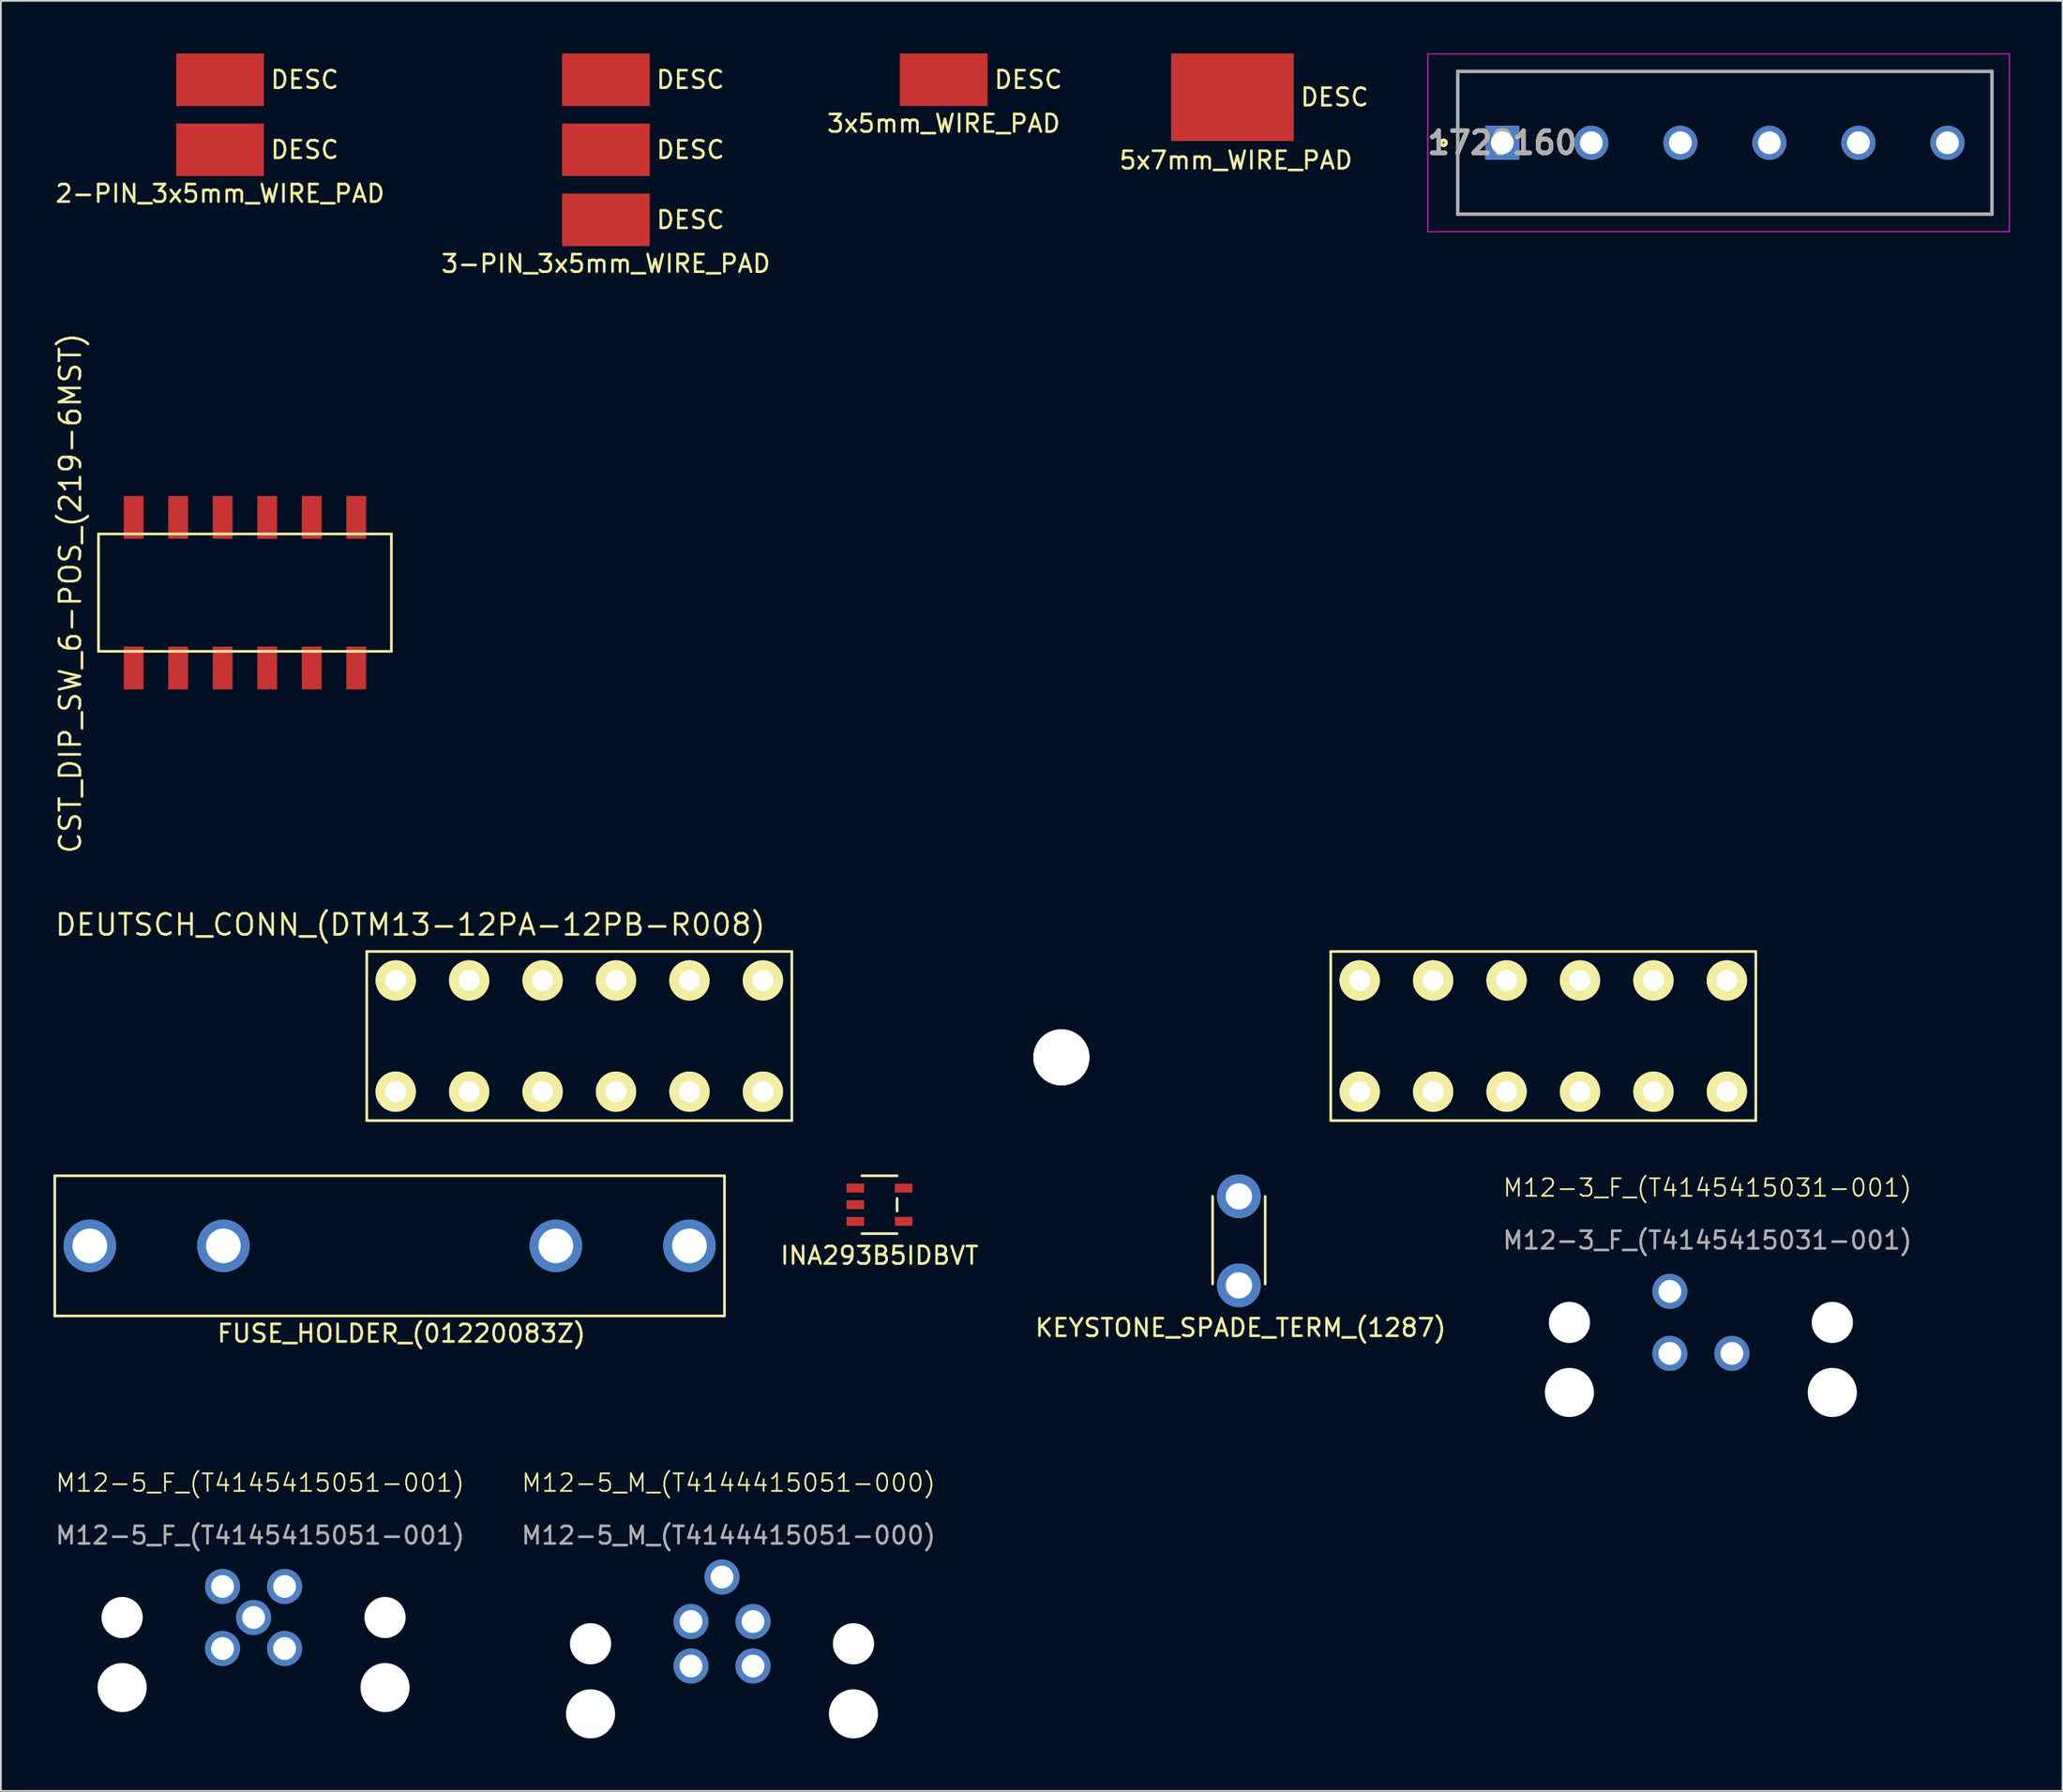
<source format=kicad_pcb>
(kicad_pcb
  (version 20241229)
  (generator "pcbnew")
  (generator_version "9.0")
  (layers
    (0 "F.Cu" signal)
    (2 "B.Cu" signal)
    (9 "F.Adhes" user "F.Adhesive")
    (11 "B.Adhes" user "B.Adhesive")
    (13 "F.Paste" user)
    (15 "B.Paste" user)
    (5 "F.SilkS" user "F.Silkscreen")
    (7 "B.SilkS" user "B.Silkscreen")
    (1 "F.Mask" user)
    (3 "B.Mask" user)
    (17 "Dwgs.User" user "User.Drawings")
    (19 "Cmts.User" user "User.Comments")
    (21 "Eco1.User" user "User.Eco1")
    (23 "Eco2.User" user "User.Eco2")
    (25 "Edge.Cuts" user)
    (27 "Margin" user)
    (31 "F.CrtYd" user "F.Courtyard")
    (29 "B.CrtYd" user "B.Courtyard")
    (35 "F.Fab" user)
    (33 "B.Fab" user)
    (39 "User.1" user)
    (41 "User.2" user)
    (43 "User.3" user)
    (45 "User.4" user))
  (footprint "CST_DIP_SW_6-POS_(219-6MST)"
    (layer "F.Cu")
    (at 10.925 30.78)
    (property "Reference" "CST_DIP_SW_6-POS_(219-6MST)" (at -9.96 0.03 90) (layer "F.SilkS") (effects (font (size 1.2 1.2) (thickness 0.15))))
    (attr through_hole)
    (fp_line (start -8.355 -3.35) (end -8.355 3.35) (stroke (width 0.15) (type solid)) (layer "F.SilkS"))
    (fp_line (start -8.355 3.35) (end 8.355 3.35) (stroke (width 0.15) (type solid)) (layer "F.SilkS"))
    (fp_line (start 8.355 -3.35) (end -8.355 -3.35) (stroke (width 0.15) (type solid)) (layer "F.SilkS"))
    (fp_line (start 8.355 3.35) (end 8.355 -3.35) (stroke (width 0.15) (type solid)) (layer "F.SilkS"))
    (pad "1" smd rect (at -6.35 4.3) (size 1.13 2.44) (layers "F.Cu" "F.Mask" "F.Paste"))
    (pad "2" smd rect (at -3.81 4.3) (size 1.13 2.44) (layers "F.Cu" "F.Mask" "F.Paste"))
    (pad "3" smd rect (at -1.27 4.3) (size 1.13 2.44) (layers "F.Cu" "F.Mask" "F.Paste"))
    (pad "4" smd rect (at 1.27 4.3) (size 1.13 2.44) (layers "F.Cu" "F.Mask" "F.Paste"))
    (pad "5" smd rect (at 3.81 4.3) (size 1.13 2.44) (layers "F.Cu" "F.Mask" "F.Paste"))
    (pad "6" smd rect (at 6.35 4.3) (size 1.13 2.44) (layers "F.Cu" "F.Mask" "F.Paste"))
    (pad "7" smd rect (at 6.35 -4.3) (size 1.13 2.44) (layers "F.Cu" "F.Mask" "F.Paste"))
    (pad "8" smd rect (at 3.81 -4.3) (size 1.13 2.44) (layers "F.Cu" "F.Mask" "F.Paste"))
    (pad "9" smd rect (at 1.27 -4.3) (size 1.13 2.44) (layers "F.Cu" "F.Mask" "F.Paste"))
    (pad "10" smd rect (at -1.27 -4.3) (size 1.13 2.44) (layers "F.Cu" "F.Mask" "F.Paste"))
    (pad "11" smd rect (at -3.81 -4.3) (size 1.13 2.44) (layers "F.Cu" "F.Mask" "F.Paste"))
    (pad "12" smd rect (at -6.35 -4.3) (size 1.13 2.44) (layers "F.Cu" "F.Mask" "F.Paste")))
  (footprint "1729160"
    (layer "F.Cu")
    (at 82.661 5.1)
    (property "Reference" "1729160" (at 0 0 0) (layer "F.SilkS") (effects (font (size 1.27 1.27) (thickness 0.254))))
    (attr through_hole)
    (fp_line (start -2.54 -4.075) (end 27.94 -4.075) (stroke (width 0.1) (type solid)) (layer "F.SilkS"))
    (fp_line (start -2.54 4.075) (end -2.54 -4.075) (stroke (width 0.1) (type solid)) (layer "F.SilkS"))
    (fp_line (start 27.94 -4.075) (end 27.94 4.075) (stroke (width 0.1) (type solid)) (layer "F.SilkS"))
    (fp_line (start 27.94 4.075) (end -2.54 4.075) (stroke (width 0.1) (type solid)) (layer "F.SilkS"))
    (fp_circle (center -3.35 0) (end -3.35 0.05) (stroke (width 0.2) (type solid)) (fill no) (layer "F.SilkS"))
    (fp_line (start -4.25 -5.075) (end 28.94 -5.075) (stroke (width 0.05) (type solid)) (layer "F.CrtYd"))
    (fp_line (start -4.25 5.075) (end -4.25 -5.075) (stroke (width 0.05) (type solid)) (layer "F.CrtYd"))
    (fp_line (start 28.94 -5.075) (end 28.94 5.075) (stroke (width 0.05) (type solid)) (layer "F.CrtYd"))
    (fp_line (start 28.94 5.075) (end -4.25 5.075) (stroke (width 0.05) (type solid)) (layer "F.CrtYd"))
    (fp_line (start -2.54 -4.075) (end 27.94 -4.075) (stroke (width 0.2) (type solid)) (layer "F.Fab"))
    (fp_line (start -2.54 4.075) (end -2.54 -4.075) (stroke (width 0.2) (type solid)) (layer "F.Fab"))
    (fp_line (start 27.94 -4.075) (end 27.94 4.075) (stroke (width 0.2) (type solid)) (layer "F.Fab"))
    (fp_line (start 27.94 4.075) (end -2.54 4.075) (stroke (width 0.2) (type solid)) (layer "F.Fab"))
    (fp_text user "${REFERENCE}" (at 0 0 0) (layer "F.Fab") (effects (font (size 1.27 1.27) (thickness 0.254))))
    (pad "1" thru_hole rect (at 0 0) (size 1.95 1.95) (drill 1.3) (layers "*.Cu" "*.Mask"))
    (pad "2" thru_hole circle (at 5.08 0) (size 1.95 1.95) (drill 1.3) (layers "*.Cu" "*.Mask"))
    (pad "3" thru_hole circle (at 10.16 0) (size 1.95 1.95) (drill 1.3) (layers "*.Cu" "*.Mask"))
    (pad "4" thru_hole circle (at 15.24 0) (size 1.95 1.95) (drill 1.3) (layers "*.Cu" "*.Mask"))
    (pad "5" thru_hole circle (at 20.32 0) (size 1.95 1.95) (drill 1.3) (layers "*.Cu" "*.Mask"))
    (pad "6" thru_hole circle (at 25.4 0) (size 1.95 1.95) (drill 1.3) (layers "*.Cu" "*.Mask")))
  (footprint "M12-5_M_(T4144415051-000)"
    (layer "F.Cu")
    (at 30.644 94.777)
    (property "Reference" "M12-5_M_(T4144415051-000)" (at 7.874 -13.184 0) (unlocked yes) (layer "F.SilkS") (effects (font (size 1 1) (thickness 0.1))))
    (attr through_hole)
    (fp_text user "${REFERENCE}" (at 7.874 -10.184 0) (unlocked yes) (layer "F.Fab") (effects (font (size 1 1) (thickness 0.15))))
    (pad "" np_thru_hole circle (at 0 -4) (size 2.35 2.35) (drill 2.35) (layers "*.Cu" "*.Mask"))
    (pad "" np_thru_hole circle (at 0 0) (size 2.8 2.8) (drill 2.8) (layers "*.Cu" "*.Mask"))
    (pad "" np_thru_hole circle (at 15 -4) (size 2.35 2.35) (drill 2.35) (layers "*.Cu" "*.Mask"))
    (pad "" np_thru_hole circle (at 15 0) (size 2.8 2.8) (drill 2.8) (layers "*.Cu" "*.Mask"))
    (pad "1" thru_hole circle (at 5.73 -5.27) (size 2 2) (drill 1.3) (layers "*.Cu" "*.Mask"))
    (pad "2" thru_hole circle (at 9.27 -5.27) (size 2 2) (drill 1.3) (layers "*.Cu" "*.Mask"))
    (pad "3" thru_hole circle (at 9.27 -2.73) (size 2 2) (drill 1.3) (layers "*.Cu" "*.Mask"))
    (pad "4" thru_hole circle (at 5.73 -2.73) (size 2 2) (drill 1.3) (layers "*.Cu" "*.Mask"))
    (pad "5" thru_hole circle (at 7.5 -7.81) (size 2 2) (drill 1.3) (layers "*.Cu" "*.Mask")))
  (footprint "2-PIN_3x5mm_WIRE_PAD"
    (layer "F.Cu")
    (at 9.506 7.5)
    (property "Reference" "2-PIN_3x5mm_WIRE_PAD" (at 0 0.5 0) (layer "F.SilkS") (effects (font (size 1 1) (thickness 0.15))))
    (attr through_hole)
    (fp_text user "DESC" (at 2.8 -6 0) (layer "F.SilkS") (effects (font (size 1 1) (thickness 0.15)) (justify left)))
    (fp_text user "DESC" (at 2.8 -2 0) (layer "F.SilkS") (effects (font (size 1 1) (thickness 0.15)) (justify left)))
    (pad "1" smd rect (at 0 -6) (size 5 3) (layers "F.Cu" "F.Mask" "F.Paste"))
    (pad "2" smd rect (at 0 -2) (size 5 3) (layers "F.Cu" "F.Mask" "F.Paste")))
  (footprint "3x5mm_WIRE_PAD"
    (layer "F.Cu")
    (at 50.792 3.5)
    (property "Reference" "3x5mm_WIRE_PAD" (at 0 0.5 0) (layer "F.SilkS") (effects (font (size 1 1) (thickness 0.15))))
    (attr through_hole)
    (fp_text user "DESC" (at 2.8 -2 0) (layer "F.SilkS") (effects (font (size 1 1) (thickness 0.15)) (justify left)))
    (pad "1" smd rect (at 0 -2) (size 5 3) (layers "F.Cu" "F.Mask" "F.Paste")))
  (footprint "M12-5_F_(T4145415051-001)"
    (layer "F.Cu")
    (at 3.918 93.277)
    (property "Reference" "M12-5_F_(T4145415051-001)" (at 7.874 -11.684 0) (unlocked yes) (layer "F.SilkS") (effects (font (size 1 1) (thickness 0.1))))
    (attr through_hole)
    (fp_text user "${REFERENCE}" (at 7.874 -8.684 0) (unlocked yes) (layer "F.Fab") (effects (font (size 1 1) (thickness 0.15))))
    (pad "" np_thru_hole circle (at 0 -4) (size 2.35 2.35) (drill 2.35) (layers "*.Cu" "*.Mask"))
    (pad "" np_thru_hole circle (at 0 0) (size 2.8 2.8) (drill 2.8) (layers "*.Cu" "*.Mask"))
    (pad "" np_thru_hole circle (at 15 -4) (size 2.35 2.35) (drill 2.35) (layers "*.Cu" "*.Mask"))
    (pad "" np_thru_hole circle (at 15 0) (size 2.8 2.8) (drill 2.8) (layers "*.Cu" "*.Mask"))
    (pad "1" thru_hole circle (at 5.73 -5.77) (size 2 2) (drill 1.3) (layers "*.Cu" "*.Mask"))
    (pad "2" thru_hole circle (at 9.27 -5.77) (size 2 2) (drill 1.3) (layers "*.Cu" "*.Mask"))
    (pad "3" thru_hole circle (at 9.27 -2.23) (size 2 2) (drill 1.3) (layers "*.Cu" "*.Mask"))
    (pad "4" thru_hole circle (at 5.73 -2.23) (size 2 2) (drill 1.3) (layers "*.Cu" "*.Mask"))
    (pad "5" thru_hole circle (at 7.5 -4) (size 2 2) (drill 1.3) (layers "*.Cu" "*.Mask")))
  (footprint "KEYSTONE_SPADE_TERM_(1287)"
    (layer "F.Cu")
    (at 67.635 65.238)
    (property "Reference" "KEYSTONE_SPADE_TERM_(1287)" (at 0.1 7.5 180) (layer "F.SilkS") (effects (font (size 1 1) (thickness 0.15))))
    (attr through_hole)
    (fp_line (start -1.5 0) (end -1.5 5) (stroke (width 0.15) (type solid)) (layer "F.SilkS"))
    (fp_line (start 1.5 0) (end 1.5 5) (stroke (width 0.15) (type solid)) (layer "F.SilkS"))
    (pad "1" thru_hole circle (at 0 0) (size 2.5 2.5) (drill 1.5) (layers "*.Cu" "*.Mask"))
    (pad "1" thru_hole circle (at 0 5.08) (size 2.5 2.5) (drill 1.5) (layers "*.Cu" "*.Mask")))
  (footprint "INA293B5IDBVT"
    (layer "F.Cu")
    (at 47.128 65.715)
    (property "Reference" "INA293B5IDBVT" (at 0 2.9 0) (layer "F.SilkS") (effects (font (size 1 1) (thickness 0.15))))
    (attr through_hole)
    (fp_line (start -1.003 1.651) (end 1.003 1.651) (stroke (width 0.152) (type solid)) (layer "F.SilkS"))
    (fp_line (start 1.003 -1.651) (end -1.003 -1.651) (stroke (width 0.152) (type solid)) (layer "F.SilkS"))
    (fp_line (start 1.003 0.363) (end 1.003 -0.363) (stroke (width 0.152) (type solid)) (layer "F.SilkS"))
    (fp_text user "Copyright 2016 Accelerated Designs. All rights reserved." (at 0 0 0) (layer "Cmts.User") (effects (font (size 0.127 0.127) (thickness 0.002))))
    (pad "1" smd rect (at -1.378 -0.95) (size 1.003 0.508) (layers "F.Cu" "F.Mask" "F.Paste"))
    (pad "2" smd rect (at -1.378 0) (size 1.003 0.508) (layers "F.Cu" "F.Mask" "F.Paste"))
    (pad "3" smd rect (at -1.378 0.95) (size 1.003 0.508) (layers "F.Cu" "F.Mask" "F.Paste"))
    (pad "4" smd rect (at 1.378 0.95) (size 1.003 0.508) (layers "F.Cu" "F.Mask" "F.Paste"))
    (pad "5" smd rect (at 1.378 -0.95) (size 1.003 0.508) (layers "F.Cu" "F.Mask" "F.Paste")))
  (footprint "3-PIN_3x5mm_WIRE_PAD"
    (layer "F.Cu")
    (at 31.518 11.5)
    (property "Reference" "3-PIN_3x5mm_WIRE_PAD" (at 0 0.5 0) (layer "F.SilkS") (effects (font (size 1 1) (thickness 0.15))))
    (attr through_hole)
    (fp_text user "DESC" (at 2.794 -10 0) (layer "F.SilkS") (effects (font (size 1 1) (thickness 0.15)) (justify left)))
    (fp_text user "DESC" (at 2.8 -2 0) (layer "F.SilkS") (effects (font (size 1 1) (thickness 0.15)) (justify left)))
    (fp_text user "DESC" (at 2.8 -6 0) (layer "F.SilkS") (effects (font (size 1 1) (thickness 0.15)) (justify left)))
    (pad "1" smd rect (at 0 -10) (size 5 3) (layers "F.Cu" "F.Mask" "F.Paste"))
    (pad "2" smd rect (at 0 -6) (size 5 3) (layers "F.Cu" "F.Mask" "F.Paste"))
    (pad "3" smd rect (at 0 -2) (size 5 3) (layers "F.Cu" "F.Mask" "F.Paste")))
  (footprint "5x7mm_WIRE_PAD"
    (layer "F.Cu")
    (at 67.267 4.5)
    (property "Reference" "5x7mm_WIRE_PAD" (at 0.2 1.6 0) (layer "F.SilkS") (effects (font (size 1 1) (thickness 0.15))))
    (attr through_hole)
    (fp_text user "DESC" (at 3.8 -2 0) (layer "F.SilkS") (effects (font (size 1 1) (thickness 0.15)) (justify left)))
    (pad "1" smd rect (at 0 -2) (size 7 5) (layers "F.Cu" "F.Mask" "F.Paste")))
  (footprint "DEUTSCH_CONN_(DTM13-12PA-12PB-R008)"
    (layer "F.Cu")
    (at 57.507 57.303)
    (property "Reference" "DEUTSCH_CONN_(DTM13-12PA-12PB-R008)" (at -37.145 -7.565 180) (layer "F.SilkS") (effects (font (size 1.2 1.2) (thickness 0.15))))
    (attr through_hole)
    (fp_line (start -39.63 3.61) (end -15.38 3.61) (stroke (width 0.15) (type solid)) (layer "F.SilkS"))
    (fp_line (start -39.63 3.61) (end -39.63 -6.04) (stroke (width 0.15) (type solid)) (layer "F.SilkS"))
    (fp_line (start -15.38 -6.04) (end -39.63 -6.04) (stroke (width 0.15) (type solid)) (layer "F.SilkS"))
    (fp_line (start -15.38 3.61) (end -15.38 -6.04) (stroke (width 0.15) (type solid)) (layer "F.SilkS"))
    (fp_line (start 15.37 3.61) (end 39.62 3.61) (stroke (width 0.15) (type solid)) (layer "F.SilkS"))
    (fp_line (start 15.37 3.61) (end 15.37 -6.04) (stroke (width 0.15) (type solid)) (layer "F.SilkS"))
    (fp_line (start 39.62 -6.04) (end 15.37 -6.04) (stroke (width 0.15) (type solid)) (layer "F.SilkS"))
    (fp_line (start 39.62 3.61) (end 39.62 -6.04) (stroke (width 0.15) (type solid)) (layer "F.SilkS"))
    (pad "" np_thru_hole circle (at 0 0) (size 3.2 3.2) (drill 3.2) (layers "*.Cu" "*.Mask" "F.SilkS"))
    (pad "A1" thru_hole circle (at -17.03 1.96) (size 2.3 2.3) (drill 1.2) (layers "*.Cu" "*.Mask" "F.SilkS"))
    (pad "A2" thru_hole circle (at -21.22 1.96) (size 2.3 2.3) (drill 1.2) (layers "*.Cu" "*.Mask" "F.SilkS"))
    (pad "A3" thru_hole circle (at -25.41 1.96) (size 2.3 2.3) (drill 1.2) (layers "*.Cu" "*.Mask" "F.SilkS"))
    (pad "A4" thru_hole circle (at -29.6 1.96) (size 2.3 2.3) (drill 1.2) (layers "*.Cu" "*.Mask" "F.SilkS"))
    (pad "A5" thru_hole circle (at -33.79 1.96) (size 2.3 2.3) (drill 1.2) (layers "*.Cu" "*.Mask" "F.SilkS"))
    (pad "A6" thru_hole circle (at -37.98 1.96) (size 2.3 2.3) (drill 1.2) (layers "*.Cu" "*.Mask" "F.SilkS"))
    (pad "A7" thru_hole circle (at -37.98 -4.39) (size 2.3 2.3) (drill 1.2) (layers "*.Cu" "*.Mask" "F.SilkS"))
    (pad "A8" thru_hole circle (at -33.79 -4.39) (size 2.3 2.3) (drill 1.2) (layers "*.Cu" "*.Mask" "F.SilkS"))
    (pad "A9" thru_hole circle (at -29.6 -4.39) (size 2.3 2.3) (drill 1.2) (layers "*.Cu" "*.Mask" "F.SilkS"))
    (pad "A10" thru_hole circle (at -25.41 -4.39) (size 2.3 2.3) (drill 1.2) (layers "*.Cu" "*.Mask" "F.SilkS"))
    (pad "A11" thru_hole circle (at -21.22 -4.39) (size 2.3 2.3) (drill 1.2) (layers "*.Cu" "*.Mask" "F.SilkS"))
    (pad "A12" thru_hole circle (at -17.03 -4.39) (size 2.3 2.3) (drill 1.2) (layers "*.Cu" "*.Mask" "F.SilkS"))
    (pad "B1" thru_hole circle (at 17.02 -4.39) (size 2.3 2.3) (drill 1.2) (layers "*.Cu" "*.Mask" "F.SilkS"))
    (pad "B2" thru_hole circle (at 21.21 -4.39) (size 2.3 2.3) (drill 1.2) (layers "*.Cu" "*.Mask" "F.SilkS"))
    (pad "B3" thru_hole circle (at 25.4 -4.39) (size 2.3 2.3) (drill 1.2) (layers "*.Cu" "*.Mask" "F.SilkS"))
    (pad "B4" thru_hole circle (at 29.59 -4.39) (size 2.3 2.3) (drill 1.2) (layers "*.Cu" "*.Mask" "F.SilkS"))
    (pad "B5" thru_hole circle (at 33.78 -4.39) (size 2.3 2.3) (drill 1.2) (layers "*.Cu" "*.Mask" "F.SilkS"))
    (pad "B6" thru_hole circle (at 37.97 -4.39) (size 2.3 2.3) (drill 1.2) (layers "*.Cu" "*.Mask" "F.SilkS"))
    (pad "B7" thru_hole circle (at 37.97 1.96) (size 2.3 2.3) (drill 1.2) (layers "*.Cu" "*.Mask" "F.SilkS"))
    (pad "B8" thru_hole circle (at 33.78 1.96) (size 2.3 2.3) (drill 1.2) (layers "*.Cu" "*.Mask" "F.SilkS"))
    (pad "B9" thru_hole circle (at 29.59 1.96) (size 2.3 2.3) (drill 1.2) (layers "*.Cu" "*.Mask" "F.SilkS"))
    (pad "B10" thru_hole circle (at 25.4 1.96) (size 2.3 2.3) (drill 1.2) (layers "*.Cu" "*.Mask" "F.SilkS"))
    (pad "B11" thru_hole circle (at 21.21 1.96) (size 2.3 2.3) (drill 1.2) (layers "*.Cu" "*.Mask" "F.SilkS"))
    (pad "B12" thru_hole circle (at 17.02 1.96) (size 2.3 2.3) (drill 1.2) (layers "*.Cu" "*.Mask" "F.SilkS")))
  (footprint "M12-3_F_(T4145415031-001)"
    (layer "F.Cu")
    (at 86.492 76.432)
    (property "Reference" "M12-3_F_(T4145415031-001)" (at 7.874 -11.684 0) (unlocked yes) (layer "F.SilkS") (effects (font (size 1 1) (thickness 0.1))))
    (attr through_hole)
    (fp_text user "${REFERENCE}" (at 7.874 -8.684 0) (unlocked yes) (layer "F.Fab") (effects (font (size 1 1) (thickness 0.15))))
    (pad "" np_thru_hole circle (at 0 -4) (size 2.35 2.35) (drill 2.35) (layers "*.Cu" "*.Mask"))
    (pad "" np_thru_hole circle (at 0 0) (size 2.8 2.8) (drill 2.8) (layers "*.Cu" "*.Mask"))
    (pad "" np_thru_hole circle (at 15 -4) (size 2.35 2.35) (drill 2.35) (layers "*.Cu" "*.Mask"))
    (pad "" np_thru_hole circle (at 15 0) (size 2.8 2.8) (drill 2.8) (layers "*.Cu" "*.Mask"))
    (pad "1" thru_hole circle (at 5.73 -5.77) (size 2 2) (drill 1.3) (layers "*.Cu" "*.Mask"))
    (pad "3" thru_hole circle (at 9.27 -2.23) (size 2 2) (drill 1.3) (layers "*.Cu" "*.Mask"))
    (pad "4" thru_hole circle (at 5.73 -2.23) (size 2 2) (drill 1.3) (layers "*.Cu" "*.Mask")))
  (footprint "FUSE_HOLDER_(01220083Z)"
    (layer "F.Cu")
    (at 2.075 68.063)
    (property "Reference" "FUSE_HOLDER_(01220083Z)" (at 17.78 5 0) (layer "F.SilkS") (effects (font (size 1 1) (thickness 0.15))))
    (attr through_hole)
    (fp_line (start -2 -4) (end -2 4) (stroke (width 0.15) (type solid)) (layer "F.SilkS"))
    (fp_line (start -2 4) (end 36.21 4) (stroke (width 0.15) (type solid)) (layer "F.SilkS"))
    (fp_line (start 36.21 -4) (end -2 -4) (stroke (width 0.15) (type solid)) (layer "F.SilkS"))
    (fp_line (start 36.21 4) (end 36.21 -4) (stroke (width 0.15) (type solid)) (layer "F.SilkS"))
    (pad "4" thru_hole circle (at 7.62 0) (size 3 3) (drill 1.98) (layers "*.Cu" "*.Mask"))
    (pad "5" thru_hole circle (at 0 0) (size 3 3) (drill 1.98) (layers "*.Cu" "*.Mask"))
    (pad "6" thru_hole circle (at 26.59 0) (size 3 3) (drill 1.98) (layers "*.Cu" "*.Mask"))
    (pad "7" thru_hole circle (at 34.21 0) (size 3 3) (drill 1.98) (layers "*.Cu" "*.Mask")))
  (gr_rect
    (start -3 -3)
    (end 114.626 99.177)
    (stroke (width 0.1) (type default))
    (fill no)
    (layer "Edge.Cuts")))
</source>
